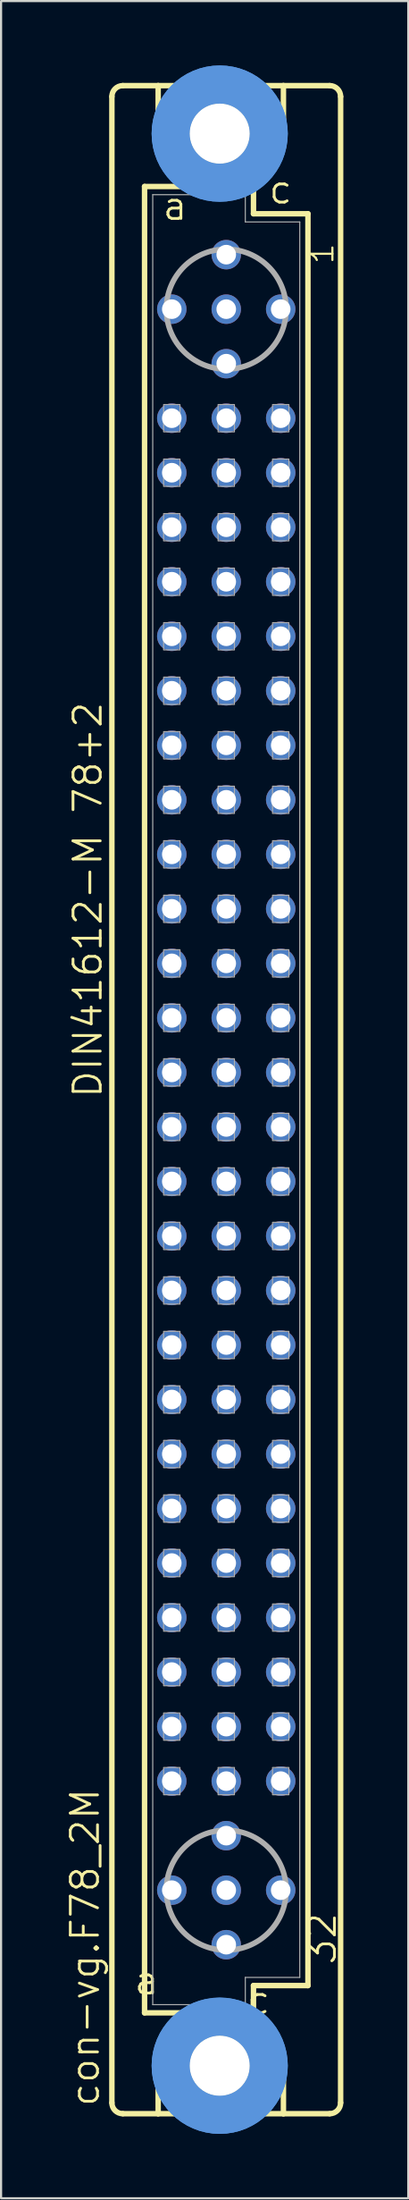
<source format=kicad_pcb>
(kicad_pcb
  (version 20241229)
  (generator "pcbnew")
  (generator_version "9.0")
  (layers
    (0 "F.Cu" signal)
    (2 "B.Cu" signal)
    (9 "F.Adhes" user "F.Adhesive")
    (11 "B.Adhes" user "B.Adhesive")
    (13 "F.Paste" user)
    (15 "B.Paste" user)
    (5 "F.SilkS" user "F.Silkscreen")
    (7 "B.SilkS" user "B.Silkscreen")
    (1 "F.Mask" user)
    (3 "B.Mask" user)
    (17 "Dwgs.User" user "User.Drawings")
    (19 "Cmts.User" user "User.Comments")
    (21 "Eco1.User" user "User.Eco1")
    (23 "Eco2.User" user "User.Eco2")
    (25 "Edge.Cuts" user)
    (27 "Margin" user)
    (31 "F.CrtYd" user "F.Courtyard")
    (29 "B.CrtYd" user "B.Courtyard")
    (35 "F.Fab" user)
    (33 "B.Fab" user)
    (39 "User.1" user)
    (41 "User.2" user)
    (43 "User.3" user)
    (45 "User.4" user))
  (footprint "con-vg.F78_2M"
    (layer "F.Cu")
    (at 7.502 48.184)
    (property "Reference" "con-vg.F78_2M" (at -5.842 46.99 90) (layer "F.SilkS") (effects (font (size 1.27 1.27) (thickness 0.13)) (justify left bottom)))
    (attr through_hole)
    (fp_line (start -5.334 46.736) (end -5.334 -46.736) (stroke (width 0.254) (type default)) (layer "F.SilkS"))
    (fp_line (start -4.826 -47.244) (end -3.175 -47.244) (stroke (width 0.254) (type default)) (layer "F.SilkS"))
    (fp_line (start -4.826 47.244) (end -3.175 47.244) (stroke (width 0.254) (type default)) (layer "F.SilkS"))
    (fp_line (start -3.81 -42.545) (end -3.81 42.545) (stroke (width 0.254) (type default)) (layer "F.SilkS"))
    (fp_line (start -3.81 42.545) (end -1.651 42.545) (stroke (width 0.254) (type default)) (layer "F.SilkS"))
    (fp_line (start -3.175 -47.244) (end -3.175 -44.45) (stroke (width 0.254) (type default)) (layer "F.SilkS"))
    (fp_line (start -3.175 47.244) (end -3.175 44.45) (stroke (width 0.254) (type default)) (layer "F.SilkS"))
    (fp_line (start -3.175 47.244) (end 2.667 47.244) (stroke (width 0.254) (type default)) (layer "F.SilkS"))
    (fp_line (start -1.651 -42.545) (end -3.81 -42.545) (stroke (width 0.254) (type default)) (layer "F.SilkS"))
    (fp_line (start -1.651 -42.545) (end -3.175 -44.45) (stroke (width 0.254) (type default)) (layer "F.SilkS"))
    (fp_line (start -1.651 42.545) (end -3.175 44.45) (stroke (width 0.254) (type default)) (layer "F.SilkS"))
    (fp_line (start -1.651 42.545) (end 1.143 42.545) (stroke (width 0.254) (type default)) (layer "F.SilkS"))
    (fp_line (start 1.143 -42.545) (end -1.651 -42.545) (stroke (width 0.254) (type default)) (layer "F.SilkS"))
    (fp_line (start 1.143 -42.545) (end 2.667 -44.45) (stroke (width 0.254) (type default)) (layer "F.SilkS"))
    (fp_line (start 1.143 42.545) (end 1.27 42.545) (stroke (width 0.254) (type default)) (layer "F.SilkS"))
    (fp_line (start 1.143 42.545) (end 2.667 44.45) (stroke (width 0.254) (type default)) (layer "F.SilkS"))
    (fp_line (start 1.27 -42.545) (end 1.143 -42.545) (stroke (width 0.254) (type default)) (layer "F.SilkS"))
    (fp_line (start 1.27 -41.275) (end 1.27 -42.545) (stroke (width 0.254) (type default)) (layer "F.SilkS"))
    (fp_line (start 1.27 41.275) (end 3.81 41.275) (stroke (width 0.254) (type default)) (layer "F.SilkS"))
    (fp_line (start 1.27 42.545) (end 1.27 41.275) (stroke (width 0.254) (type default)) (layer "F.SilkS"))
    (fp_line (start 2.667 -47.244) (end -3.175 -47.244) (stroke (width 0.254) (type default)) (layer "F.SilkS"))
    (fp_line (start 2.667 -47.244) (end 2.667 -44.45) (stroke (width 0.254) (type default)) (layer "F.SilkS"))
    (fp_line (start 2.667 47.244) (end 2.667 44.45) (stroke (width 0.254) (type default)) (layer "F.SilkS"))
    (fp_line (start 2.667 47.244) (end 4.826 47.244) (stroke (width 0.254) (type default)) (layer "F.SilkS"))
    (fp_line (start 3.81 -41.275) (end 1.27 -41.275) (stroke (width 0.254) (type default)) (layer "F.SilkS"))
    (fp_line (start 3.81 41.275) (end 3.81 -41.275) (stroke (width 0.254) (type default)) (layer "F.SilkS"))
    (fp_line (start 4.826 -47.244) (end 2.667 -47.244) (stroke (width 0.254) (type default)) (layer "F.SilkS"))
    (fp_line (start 5.334 46.736) (end 5.334 -46.736) (stroke (width 0.254) (type default)) (layer "F.SilkS"))
    (fp_arc (start -5.334 -46.736) (mid -5.18521 -47.09521) (end -4.826 -47.244) (stroke (width 0.254) (type default)) (layer "F.SilkS"))
    (fp_arc (start -4.826 47.244) (mid -5.18521 47.09521) (end -5.334 46.736) (stroke (width 0.254) (type default)) (layer "F.SilkS"))
    (fp_arc (start 4.826 -47.244) (mid 5.18521 -47.09521) (end 5.334 -46.736) (stroke (width 0.254) (type default)) (layer "F.SilkS"))
    (fp_arc (start 5.334 46.736) (mid 5.18521 47.09521) (end 4.826 47.244) (stroke (width 0.254) (type default)) (layer "F.SilkS"))
    (fp_circle (center -0.305 -45.009) (end 0.965 -45.009) (stroke (width 0.254) (type default)) (fill no) (layer "F.SilkS"))
    (fp_circle (center -0.305 45.009) (end 0.965 45.009) (stroke (width 0.254) (type default)) (fill no) (layer "F.SilkS"))
    (fp_circle (center -0.305 -45.009) (end 1.981 -45.009) (stroke (width 1.778) (type default)) (fill no) (layer "Cmts.User"))
    (fp_circle (center -0.305 -45.009) (end 1.981 -45.009) (stroke (width 1.778) (type default)) (fill no) (layer "Cmts.User"))
    (fp_circle (center -0.305 45.009) (end 1.981 45.009) (stroke (width 1.778) (type default)) (fill no) (layer "Cmts.User"))
    (fp_circle (center -0.305 45.009) (end 1.981 45.009) (stroke (width 1.778) (type default)) (fill no) (layer "Cmts.User"))
    (fp_line (start -3.429 -42.164) (end -3.429 42.164) (stroke (width 0.051) (type default)) (layer "F.Fab"))
    (fp_line (start -3.429 -42.164) (end 0.889 -42.164) (stroke (width 0.051) (type default)) (layer "F.Fab"))
    (fp_line (start -3.429 42.164) (end 0.889 42.164) (stroke (width 0.051) (type default)) (layer "F.Fab"))
    (fp_line (start 0.889 -42.164) (end 0.889 -40.894) (stroke (width 0.051) (type default)) (layer "F.Fab"))
    (fp_line (start 0.889 -40.894) (end 3.429 -40.894) (stroke (width 0.051) (type default)) (layer "F.Fab"))
    (fp_line (start 0.889 40.894) (end 3.429 40.894) (stroke (width 0.051) (type default)) (layer "F.Fab"))
    (fp_line (start 0.889 42.164) (end 0.889 40.894) (stroke (width 0.051) (type default)) (layer "F.Fab"))
    (fp_line (start 3.429 -40.894) (end 3.429 40.894) (stroke (width 0.051) (type default)) (layer "F.Fab"))
    (fp_rect (start -2.921 -31.115) (end -2.159 -32.385) (stroke (width 0.05) (type default)) (fill no) (layer "F.Fab"))
    (fp_rect (start -2.921 -28.575) (end -2.159 -29.845) (stroke (width 0.05) (type default)) (fill no) (layer "F.Fab"))
    (fp_rect (start -2.921 -26.035) (end -2.159 -27.305) (stroke (width 0.05) (type default)) (fill no) (layer "F.Fab"))
    (fp_rect (start -2.921 -23.495) (end -2.159 -24.765) (stroke (width 0.05) (type default)) (fill no) (layer "F.Fab"))
    (fp_rect (start -2.921 -20.955) (end -2.159 -22.225) (stroke (width 0.05) (type default)) (fill no) (layer "F.Fab"))
    (fp_rect (start -2.921 -18.415) (end -2.159 -19.685) (stroke (width 0.05) (type default)) (fill no) (layer "F.Fab"))
    (fp_rect (start -2.921 -15.875) (end -2.159 -17.145) (stroke (width 0.05) (type default)) (fill no) (layer "F.Fab"))
    (fp_rect (start -2.921 -13.335) (end -2.159 -14.605) (stroke (width 0.05) (type default)) (fill no) (layer "F.Fab"))
    (fp_rect (start -2.921 -10.795) (end -2.159 -12.065) (stroke (width 0.05) (type default)) (fill no) (layer "F.Fab"))
    (fp_rect (start -2.921 -8.255) (end -2.159 -9.525) (stroke (width 0.05) (type default)) (fill no) (layer "F.Fab"))
    (fp_rect (start -2.921 -5.715) (end -2.159 -6.985) (stroke (width 0.05) (type default)) (fill no) (layer "F.Fab"))
    (fp_rect (start -2.921 -3.175) (end -2.159 -4.445) (stroke (width 0.05) (type default)) (fill no) (layer "F.Fab"))
    (fp_rect (start -2.921 -0.635) (end -2.159 -1.905) (stroke (width 0.05) (type default)) (fill no) (layer "F.Fab"))
    (fp_rect (start -2.921 1.905) (end -2.159 0.635) (stroke (width 0.05) (type default)) (fill no) (layer "F.Fab"))
    (fp_rect (start -2.921 4.445) (end -2.159 3.175) (stroke (width 0.05) (type default)) (fill no) (layer "F.Fab"))
    (fp_rect (start -2.921 6.985) (end -2.159 5.715) (stroke (width 0.05) (type default)) (fill no) (layer "F.Fab"))
    (fp_rect (start -2.921 9.525) (end -2.159 8.255) (stroke (width 0.05) (type default)) (fill no) (layer "F.Fab"))
    (fp_rect (start -2.921 12.065) (end -2.159 10.795) (stroke (width 0.05) (type default)) (fill no) (layer "F.Fab"))
    (fp_rect (start -2.921 14.605) (end -2.159 13.335) (stroke (width 0.05) (type default)) (fill no) (layer "F.Fab"))
    (fp_rect (start -2.921 17.145) (end -2.159 15.875) (stroke (width 0.05) (type default)) (fill no) (layer "F.Fab"))
    (fp_rect (start -2.921 19.685) (end -2.159 18.415) (stroke (width 0.05) (type default)) (fill no) (layer "F.Fab"))
    (fp_rect (start -2.921 22.225) (end -2.159 20.955) (stroke (width 0.05) (type default)) (fill no) (layer "F.Fab"))
    (fp_rect (start -2.921 24.765) (end -2.159 23.495) (stroke (width 0.05) (type default)) (fill no) (layer "F.Fab"))
    (fp_rect (start -2.921 27.305) (end -2.159 26.035) (stroke (width 0.05) (type default)) (fill no) (layer "F.Fab"))
    (fp_rect (start -2.921 29.845) (end -2.159 28.575) (stroke (width 0.05) (type default)) (fill no) (layer "F.Fab"))
    (fp_rect (start -2.921 32.385) (end -2.159 31.115) (stroke (width 0.05) (type default)) (fill no) (layer "F.Fab"))
    (fp_rect (start -0.381 -31.115) (end 0.381 -32.385) (stroke (width 0.05) (type default)) (fill no) (layer "F.Fab"))
    (fp_rect (start -0.381 -28.575) (end 0.381 -29.845) (stroke (width 0.05) (type default)) (fill no) (layer "F.Fab"))
    (fp_rect (start -0.381 -26.035) (end 0.381 -27.305) (stroke (width 0.05) (type default)) (fill no) (layer "F.Fab"))
    (fp_rect (start -0.381 -23.495) (end 0.381 -24.765) (stroke (width 0.05) (type default)) (fill no) (layer "F.Fab"))
    (fp_rect (start -0.381 -20.955) (end 0.381 -22.225) (stroke (width 0.05) (type default)) (fill no) (layer "F.Fab"))
    (fp_rect (start -0.381 -18.415) (end 0.381 -19.685) (stroke (width 0.05) (type default)) (fill no) (layer "F.Fab"))
    (fp_rect (start -0.381 -15.875) (end 0.381 -17.145) (stroke (width 0.05) (type default)) (fill no) (layer "F.Fab"))
    (fp_rect (start -0.381 -13.335) (end 0.381 -14.605) (stroke (width 0.05) (type default)) (fill no) (layer "F.Fab"))
    (fp_rect (start -0.381 -10.795) (end 0.381 -12.065) (stroke (width 0.05) (type default)) (fill no) (layer "F.Fab"))
    (fp_rect (start -0.381 -8.255) (end 0.381 -9.525) (stroke (width 0.05) (type default)) (fill no) (layer "F.Fab"))
    (fp_rect (start -0.381 -5.715) (end 0.381 -6.985) (stroke (width 0.05) (type default)) (fill no) (layer "F.Fab"))
    (fp_rect (start -0.381 -3.175) (end 0.381 -4.445) (stroke (width 0.05) (type default)) (fill no) (layer "F.Fab"))
    (fp_rect (start -0.381 -0.635) (end 0.381 -1.905) (stroke (width 0.05) (type default)) (fill no) (layer "F.Fab"))
    (fp_rect (start -0.381 1.905) (end 0.381 0.635) (stroke (width 0.05) (type default)) (fill no) (layer "F.Fab"))
    (fp_rect (start -0.381 4.445) (end 0.381 3.175) (stroke (width 0.05) (type default)) (fill no) (layer "F.Fab"))
    (fp_rect (start -0.381 6.985) (end 0.381 5.715) (stroke (width 0.05) (type default)) (fill no) (layer "F.Fab"))
    (fp_rect (start -0.381 9.525) (end 0.381 8.255) (stroke (width 0.05) (type default)) (fill no) (layer "F.Fab"))
    (fp_rect (start -0.381 12.065) (end 0.381 10.795) (stroke (width 0.05) (type default)) (fill no) (layer "F.Fab"))
    (fp_rect (start -0.381 14.605) (end 0.381 13.335) (stroke (width 0.05) (type default)) (fill no) (layer "F.Fab"))
    (fp_rect (start -0.381 17.145) (end 0.381 15.875) (stroke (width 0.05) (type default)) (fill no) (layer "F.Fab"))
    (fp_rect (start -0.381 19.685) (end 0.381 18.415) (stroke (width 0.05) (type default)) (fill no) (layer "F.Fab"))
    (fp_rect (start -0.381 22.225) (end 0.381 20.955) (stroke (width 0.05) (type default)) (fill no) (layer "F.Fab"))
    (fp_rect (start -0.381 24.765) (end 0.381 23.495) (stroke (width 0.05) (type default)) (fill no) (layer "F.Fab"))
    (fp_rect (start -0.381 27.305) (end 0.381 26.035) (stroke (width 0.05) (type default)) (fill no) (layer "F.Fab"))
    (fp_rect (start -0.381 29.845) (end 0.381 28.575) (stroke (width 0.05) (type default)) (fill no) (layer "F.Fab"))
    (fp_rect (start -0.381 32.385) (end 0.381 31.115) (stroke (width 0.05) (type default)) (fill no) (layer "F.Fab"))
    (fp_rect (start 2.159 -31.115) (end 2.921 -32.385) (stroke (width 0.05) (type default)) (fill no) (layer "F.Fab"))
    (fp_rect (start 2.159 -28.575) (end 2.921 -29.845) (stroke (width 0.05) (type default)) (fill no) (layer "F.Fab"))
    (fp_rect (start 2.159 -26.035) (end 2.921 -27.305) (stroke (width 0.05) (type default)) (fill no) (layer "F.Fab"))
    (fp_rect (start 2.159 -23.495) (end 2.921 -24.765) (stroke (width 0.05) (type default)) (fill no) (layer "F.Fab"))
    (fp_rect (start 2.159 -20.955) (end 2.921 -22.225) (stroke (width 0.05) (type default)) (fill no) (layer "F.Fab"))
    (fp_rect (start 2.159 -18.415) (end 2.921 -19.685) (stroke (width 0.05) (type default)) (fill no) (layer "F.Fab"))
    (fp_rect (start 2.159 -15.875) (end 2.921 -17.145) (stroke (width 0.05) (type default)) (fill no) (layer "F.Fab"))
    (fp_rect (start 2.159 -13.335) (end 2.921 -14.605) (stroke (width 0.05) (type default)) (fill no) (layer "F.Fab"))
    (fp_rect (start 2.159 -10.795) (end 2.921 -12.065) (stroke (width 0.05) (type default)) (fill no) (layer "F.Fab"))
    (fp_rect (start 2.159 -8.255) (end 2.921 -9.525) (stroke (width 0.05) (type default)) (fill no) (layer "F.Fab"))
    (fp_rect (start 2.159 -5.715) (end 2.921 -6.985) (stroke (width 0.05) (type default)) (fill no) (layer "F.Fab"))
    (fp_rect (start 2.159 -3.175) (end 2.921 -4.445) (stroke (width 0.05) (type default)) (fill no) (layer "F.Fab"))
    (fp_rect (start 2.159 -0.635) (end 2.921 -1.905) (stroke (width 0.05) (type default)) (fill no) (layer "F.Fab"))
    (fp_rect (start 2.159 1.905) (end 2.921 0.635) (stroke (width 0.05) (type default)) (fill no) (layer "F.Fab"))
    (fp_rect (start 2.159 4.445) (end 2.921 3.175) (stroke (width 0.05) (type default)) (fill no) (layer "F.Fab"))
    (fp_rect (start 2.159 6.985) (end 2.921 5.715) (stroke (width 0.05) (type default)) (fill no) (layer "F.Fab"))
    (fp_rect (start 2.159 9.525) (end 2.921 8.255) (stroke (width 0.05) (type default)) (fill no) (layer "F.Fab"))
    (fp_rect (start 2.159 12.065) (end 2.921 10.795) (stroke (width 0.05) (type default)) (fill no) (layer "F.Fab"))
    (fp_rect (start 2.159 14.605) (end 2.921 13.335) (stroke (width 0.05) (type default)) (fill no) (layer "F.Fab"))
    (fp_rect (start 2.159 17.145) (end 2.921 15.875) (stroke (width 0.05) (type default)) (fill no) (layer "F.Fab"))
    (fp_rect (start 2.159 19.685) (end 2.921 18.415) (stroke (width 0.05) (type default)) (fill no) (layer "F.Fab"))
    (fp_rect (start 2.159 22.225) (end 2.921 20.955) (stroke (width 0.05) (type default)) (fill no) (layer "F.Fab"))
    (fp_rect (start 2.159 24.765) (end 2.921 23.495) (stroke (width 0.05) (type default)) (fill no) (layer "F.Fab"))
    (fp_rect (start 2.159 27.305) (end 2.921 26.035) (stroke (width 0.05) (type default)) (fill no) (layer "F.Fab"))
    (fp_rect (start 2.159 29.845) (end 2.921 28.575) (stroke (width 0.05) (type default)) (fill no) (layer "F.Fab"))
    (fp_rect (start 2.159 32.385) (end 2.921 31.115) (stroke (width 0.05) (type default)) (fill no) (layer "F.Fab"))
    (fp_circle (center 0 -36.83) (end 2.794 -36.83) (stroke (width 0.254) (type default)) (fill no) (layer "F.Fab"))
    (fp_circle (center 0 36.83) (end 2.794 36.83) (stroke (width 0.254) (type default)) (fill no) (layer "F.Fab"))
    (fp_text user "c" (at 1.905 -41.656 0) (layer "F.SilkS") (effects (font (size 1.27 1.27) (thickness 0.13)) (justify left bottom)))
    (fp_text user "32" (at 5.207 40.386 90) (layer "F.SilkS") (effects (font (size 1.27 1.27) (thickness 0.13)) (justify left bottom)))
    (fp_text user "c " (at 0.878 42.699 0) (layer "F.SilkS") (effects (font (size 1.27 1.27) (thickness 0.13)) (justify left bottom)))
    (fp_text user "1" (at 5.08 -38.862 90) (layer "F.SilkS") (effects (font (size 1.016 1.016) (thickness 0.1)) (justify left bottom)))
    (fp_text user "a" (at -3.048 -40.894 0) (layer "F.SilkS") (effects (font (size 1.27 1.27) (thickness 0.13)) (justify left bottom)))
    (fp_text user "DIN41612-M 78+2" (at -5.715 0 90) (layer "F.SilkS") (effects (font (size 1.27 1.27) (thickness 0.13)) (justify left bottom)))
    (fp_text user "a " (at -4.375 41.783 0) (layer "F.SilkS") (effects (font (size 1.27 1.27) (thickness 0.13)) (justify left bottom)))
    (pad "" np_thru_hole circle (at -0.305 -45.009) (size 2.794 2.794) (drill 2.794) (layers "*.Cu" "*.Mask"))
    (pad "" np_thru_hole circle (at -0.305 45.009) (size 2.794 2.794) (drill 2.794) (layers "*.Cu" "*.Mask"))
    (pad "A2" thru_hole circle (at -2.54 -36.83) (size 1.372 1.372) (drill 0.914) (layers "*.Cu" "*.Mask"))
    (pad "A4" thru_hole circle (at -2.54 -31.75) (size 1.372 1.372) (drill 0.914) (layers "*.Cu" "*.Mask"))
    (pad "A5" thru_hole circle (at -2.54 -29.21) (size 1.372 1.372) (drill 0.914) (layers "*.Cu" "*.Mask"))
    (pad "A6" thru_hole circle (at -2.54 -26.67) (size 1.372 1.372) (drill 0.914) (layers "*.Cu" "*.Mask"))
    (pad "A7" thru_hole circle (at -2.54 -24.13) (size 1.372 1.372) (drill 0.914) (layers "*.Cu" "*.Mask"))
    (pad "A8" thru_hole circle (at -2.54 -21.59) (size 1.372 1.372) (drill 0.914) (layers "*.Cu" "*.Mask"))
    (pad "A9" thru_hole circle (at -2.54 -19.05) (size 1.372 1.372) (drill 0.914) (layers "*.Cu" "*.Mask"))
    (pad "A10" thru_hole circle (at -2.54 -16.51) (size 1.372 1.372) (drill 0.914) (layers "*.Cu" "*.Mask"))
    (pad "A11" thru_hole circle (at -2.54 -13.97) (size 1.372 1.372) (drill 0.914) (layers "*.Cu" "*.Mask"))
    (pad "A12" thru_hole circle (at -2.54 -11.43) (size 1.372 1.372) (drill 0.914) (layers "*.Cu" "*.Mask"))
    (pad "A13" thru_hole circle (at -2.54 -8.89) (size 1.372 1.372) (drill 0.914) (layers "*.Cu" "*.Mask"))
    (pad "A14" thru_hole circle (at -2.54 -6.35) (size 1.372 1.372) (drill 0.914) (layers "*.Cu" "*.Mask"))
    (pad "A15" thru_hole circle (at -2.54 -3.81) (size 1.372 1.372) (drill 0.914) (layers "*.Cu" "*.Mask"))
    (pad "A16" thru_hole circle (at -2.54 -1.27) (size 1.372 1.372) (drill 0.914) (layers "*.Cu" "*.Mask"))
    (pad "A17" thru_hole circle (at -2.54 1.27) (size 1.372 1.372) (drill 0.914) (layers "*.Cu" "*.Mask"))
    (pad "A18" thru_hole circle (at -2.54 3.81) (size 1.372 1.372) (drill 0.914) (layers "*.Cu" "*.Mask"))
    (pad "A19" thru_hole circle (at -2.54 6.35) (size 1.372 1.372) (drill 0.914) (layers "*.Cu" "*.Mask"))
    (pad "A20" thru_hole circle (at -2.54 8.89) (size 1.372 1.372) (drill 0.914) (layers "*.Cu" "*.Mask"))
    (pad "A21" thru_hole circle (at -2.54 11.43) (size 1.372 1.372) (drill 0.914) (layers "*.Cu" "*.Mask"))
    (pad "A22" thru_hole circle (at -2.54 13.97) (size 1.372 1.372) (drill 0.914) (layers "*.Cu" "*.Mask"))
    (pad "A23" thru_hole circle (at -2.54 16.51) (size 1.372 1.372) (drill 0.914) (layers "*.Cu" "*.Mask"))
    (pad "A24" thru_hole circle (at -2.54 19.05) (size 1.372 1.372) (drill 0.914) (layers "*.Cu" "*.Mask"))
    (pad "A25" thru_hole circle (at -2.54 21.59) (size 1.372 1.372) (drill 0.914) (layers "*.Cu" "*.Mask"))
    (pad "A26" thru_hole circle (at -2.54 24.13) (size 1.372 1.372) (drill 0.914) (layers "*.Cu" "*.Mask"))
    (pad "A27" thru_hole circle (at -2.54 26.67) (size 1.372 1.372) (drill 0.914) (layers "*.Cu" "*.Mask"))
    (pad "A28" thru_hole circle (at -2.54 29.21) (size 1.372 1.372) (drill 0.914) (layers "*.Cu" "*.Mask"))
    (pad "A29" thru_hole circle (at -2.54 31.75) (size 1.372 1.372) (drill 0.914) (layers "*.Cu" "*.Mask"))
    (pad "A31" thru_hole circle (at -2.54 36.83) (size 1.372 1.372) (drill 0.914) (layers "*.Cu" "*.Mask"))
    (pad "B1" thru_hole circle (at 0 -39.37) (size 1.372 1.372) (drill 0.914) (layers "*.Cu" "*.Mask"))
    (pad "B2" thru_hole circle (at 0 -36.83) (size 1.372 1.372) (drill 0.914) (layers "*.Cu" "*.Mask"))
    (pad "B3" thru_hole circle (at 0 -34.29) (size 1.372 1.372) (drill 0.914) (layers "*.Cu" "*.Mask"))
    (pad "B4" thru_hole circle (at 0 -31.75) (size 1.372 1.372) (drill 0.914) (layers "*.Cu" "*.Mask"))
    (pad "B5" thru_hole circle (at 0 -29.21) (size 1.372 1.372) (drill 0.914) (layers "*.Cu" "*.Mask"))
    (pad "B6" thru_hole circle (at 0 -26.67) (size 1.372 1.372) (drill 0.914) (layers "*.Cu" "*.Mask"))
    (pad "B7" thru_hole circle (at 0 -24.13) (size 1.372 1.372) (drill 0.914) (layers "*.Cu" "*.Mask"))
    (pad "B8" thru_hole circle (at 0 -21.59) (size 1.372 1.372) (drill 0.914) (layers "*.Cu" "*.Mask"))
    (pad "B9" thru_hole circle (at 0 -19.05) (size 1.372 1.372) (drill 0.914) (layers "*.Cu" "*.Mask"))
    (pad "B10" thru_hole circle (at 0 -16.51) (size 1.372 1.372) (drill 0.914) (layers "*.Cu" "*.Mask"))
    (pad "B11" thru_hole circle (at 0 -13.97) (size 1.372 1.372) (drill 0.914) (layers "*.Cu" "*.Mask"))
    (pad "B12" thru_hole circle (at 0 -11.43) (size 1.372 1.372) (drill 0.914) (layers "*.Cu" "*.Mask"))
    (pad "B13" thru_hole circle (at 0 -8.89) (size 1.372 1.372) (drill 0.914) (layers "*.Cu" "*.Mask"))
    (pad "B14" thru_hole circle (at 0 -6.35) (size 1.372 1.372) (drill 0.914) (layers "*.Cu" "*.Mask"))
    (pad "B15" thru_hole circle (at 0 -3.81) (size 1.372 1.372) (drill 0.914) (layers "*.Cu" "*.Mask"))
    (pad "B16" thru_hole circle (at 0 -1.27) (size 1.372 1.372) (drill 0.914) (layers "*.Cu" "*.Mask"))
    (pad "B17" thru_hole circle (at 0 1.27) (size 1.372 1.372) (drill 0.914) (layers "*.Cu" "*.Mask"))
    (pad "B18" thru_hole circle (at 0 3.81) (size 1.372 1.372) (drill 0.914) (layers "*.Cu" "*.Mask"))
    (pad "B19" thru_hole circle (at 0 6.35) (size 1.372 1.372) (drill 0.914) (layers "*.Cu" "*.Mask"))
    (pad "B20" thru_hole circle (at 0 8.89) (size 1.372 1.372) (drill 0.914) (layers "*.Cu" "*.Mask"))
    (pad "B21" thru_hole circle (at 0 11.43) (size 1.372 1.372) (drill 0.914) (layers "*.Cu" "*.Mask"))
    (pad "B22" thru_hole circle (at 0 13.97) (size 1.372 1.372) (drill 0.914) (layers "*.Cu" "*.Mask"))
    (pad "B23" thru_hole circle (at 0 16.51) (size 1.372 1.372) (drill 0.914) (layers "*.Cu" "*.Mask"))
    (pad "B24" thru_hole circle (at 0 19.05) (size 1.372 1.372) (drill 0.914) (layers "*.Cu" "*.Mask"))
    (pad "B25" thru_hole circle (at 0 21.59) (size 1.372 1.372) (drill 0.914) (layers "*.Cu" "*.Mask"))
    (pad "B26" thru_hole circle (at 0 24.13) (size 1.372 1.372) (drill 0.914) (layers "*.Cu" "*.Mask"))
    (pad "B27" thru_hole circle (at 0 26.67) (size 1.372 1.372) (drill 0.914) (layers "*.Cu" "*.Mask"))
    (pad "B28" thru_hole circle (at 0 29.21) (size 1.372 1.372) (drill 0.914) (layers "*.Cu" "*.Mask"))
    (pad "B29" thru_hole circle (at 0 31.75) (size 1.372 1.372) (drill 0.914) (layers "*.Cu" "*.Mask"))
    (pad "B30" thru_hole circle (at 0 34.29) (size 1.372 1.372) (drill 0.914) (layers "*.Cu" "*.Mask"))
    (pad "B31" thru_hole circle (at 0 36.83) (size 1.372 1.372) (drill 0.914) (layers "*.Cu" "*.Mask"))
    (pad "B32" thru_hole circle (at 0 39.37) (size 1.372 1.372) (drill 0.914) (layers "*.Cu" "*.Mask"))
    (pad "C2" thru_hole circle (at 2.54 -36.83) (size 1.372 1.372) (drill 0.914) (layers "*.Cu" "*.Mask"))
    (pad "C4" thru_hole circle (at 2.54 -31.75) (size 1.372 1.372) (drill 0.914) (layers "*.Cu" "*.Mask"))
    (pad "C5" thru_hole circle (at 2.54 -29.21) (size 1.372 1.372) (drill 0.914) (layers "*.Cu" "*.Mask"))
    (pad "C6" thru_hole circle (at 2.54 -26.67) (size 1.372 1.372) (drill 0.914) (layers "*.Cu" "*.Mask"))
    (pad "C7" thru_hole circle (at 2.54 -24.13) (size 1.372 1.372) (drill 0.914) (layers "*.Cu" "*.Mask"))
    (pad "C8" thru_hole circle (at 2.54 -21.59) (size 1.372 1.372) (drill 0.914) (layers "*.Cu" "*.Mask"))
    (pad "C9" thru_hole circle (at 2.54 -19.05) (size 1.372 1.372) (drill 0.914) (layers "*.Cu" "*.Mask"))
    (pad "C10" thru_hole circle (at 2.54 -16.51) (size 1.372 1.372) (drill 0.914) (layers "*.Cu" "*.Mask"))
    (pad "C11" thru_hole circle (at 2.54 -13.97) (size 1.372 1.372) (drill 0.914) (layers "*.Cu" "*.Mask"))
    (pad "C12" thru_hole circle (at 2.54 -11.43) (size 1.372 1.372) (drill 0.914) (layers "*.Cu" "*.Mask"))
    (pad "C13" thru_hole circle (at 2.54 -8.89) (size 1.372 1.372) (drill 0.914) (layers "*.Cu" "*.Mask"))
    (pad "C14" thru_hole circle (at 2.54 -6.35) (size 1.372 1.372) (drill 0.914) (layers "*.Cu" "*.Mask"))
    (pad "C15" thru_hole circle (at 2.54 -3.81) (size 1.372 1.372) (drill 0.914) (layers "*.Cu" "*.Mask"))
    (pad "C16" thru_hole circle (at 2.54 -1.27) (size 1.372 1.372) (drill 0.914) (layers "*.Cu" "*.Mask"))
    (pad "C17" thru_hole circle (at 2.54 1.27) (size 1.372 1.372) (drill 0.914) (layers "*.Cu" "*.Mask"))
    (pad "C18" thru_hole circle (at 2.54 3.81) (size 1.372 1.372) (drill 0.914) (layers "*.Cu" "*.Mask"))
    (pad "C19" thru_hole circle (at 2.54 6.35) (size 1.372 1.372) (drill 0.914) (layers "*.Cu" "*.Mask"))
    (pad "C20" thru_hole circle (at 2.54 8.89) (size 1.372 1.372) (drill 0.914) (layers "*.Cu" "*.Mask"))
    (pad "C21" thru_hole circle (at 2.54 11.43) (size 1.372 1.372) (drill 0.914) (layers "*.Cu" "*.Mask"))
    (pad "C22" thru_hole circle (at 2.54 13.97) (size 1.372 1.372) (drill 0.914) (layers "*.Cu" "*.Mask"))
    (pad "C23" thru_hole circle (at 2.54 16.51) (size 1.372 1.372) (drill 0.914) (layers "*.Cu" "*.Mask"))
    (pad "C24" thru_hole circle (at 2.54 19.05) (size 1.372 1.372) (drill 0.914) (layers "*.Cu" "*.Mask"))
    (pad "C25" thru_hole circle (at 2.54 21.59) (size 1.372 1.372) (drill 0.914) (layers "*.Cu" "*.Mask"))
    (pad "C26" thru_hole circle (at 2.54 24.13) (size 1.372 1.372) (drill 0.914) (layers "*.Cu" "*.Mask"))
    (pad "C27" thru_hole circle (at 2.54 26.67) (size 1.372 1.372) (drill 0.914) (layers "*.Cu" "*.Mask"))
    (pad "C28" thru_hole circle (at 2.54 29.21) (size 1.372 1.372) (drill 0.914) (layers "*.Cu" "*.Mask"))
    (pad "C29" thru_hole circle (at 2.54 31.75) (size 1.372 1.372) (drill 0.914) (layers "*.Cu" "*.Mask"))
    (pad "C31" thru_hole circle (at 2.54 36.83) (size 1.372 1.372) (drill 0.914) (layers "*.Cu" "*.Mask")))
  (gr_rect
    (start -3 -3)
    (end 15.991 99.368)
    (stroke (width 0.1) (type default))
    (fill no)
    (layer "Edge.Cuts")))
</source>
